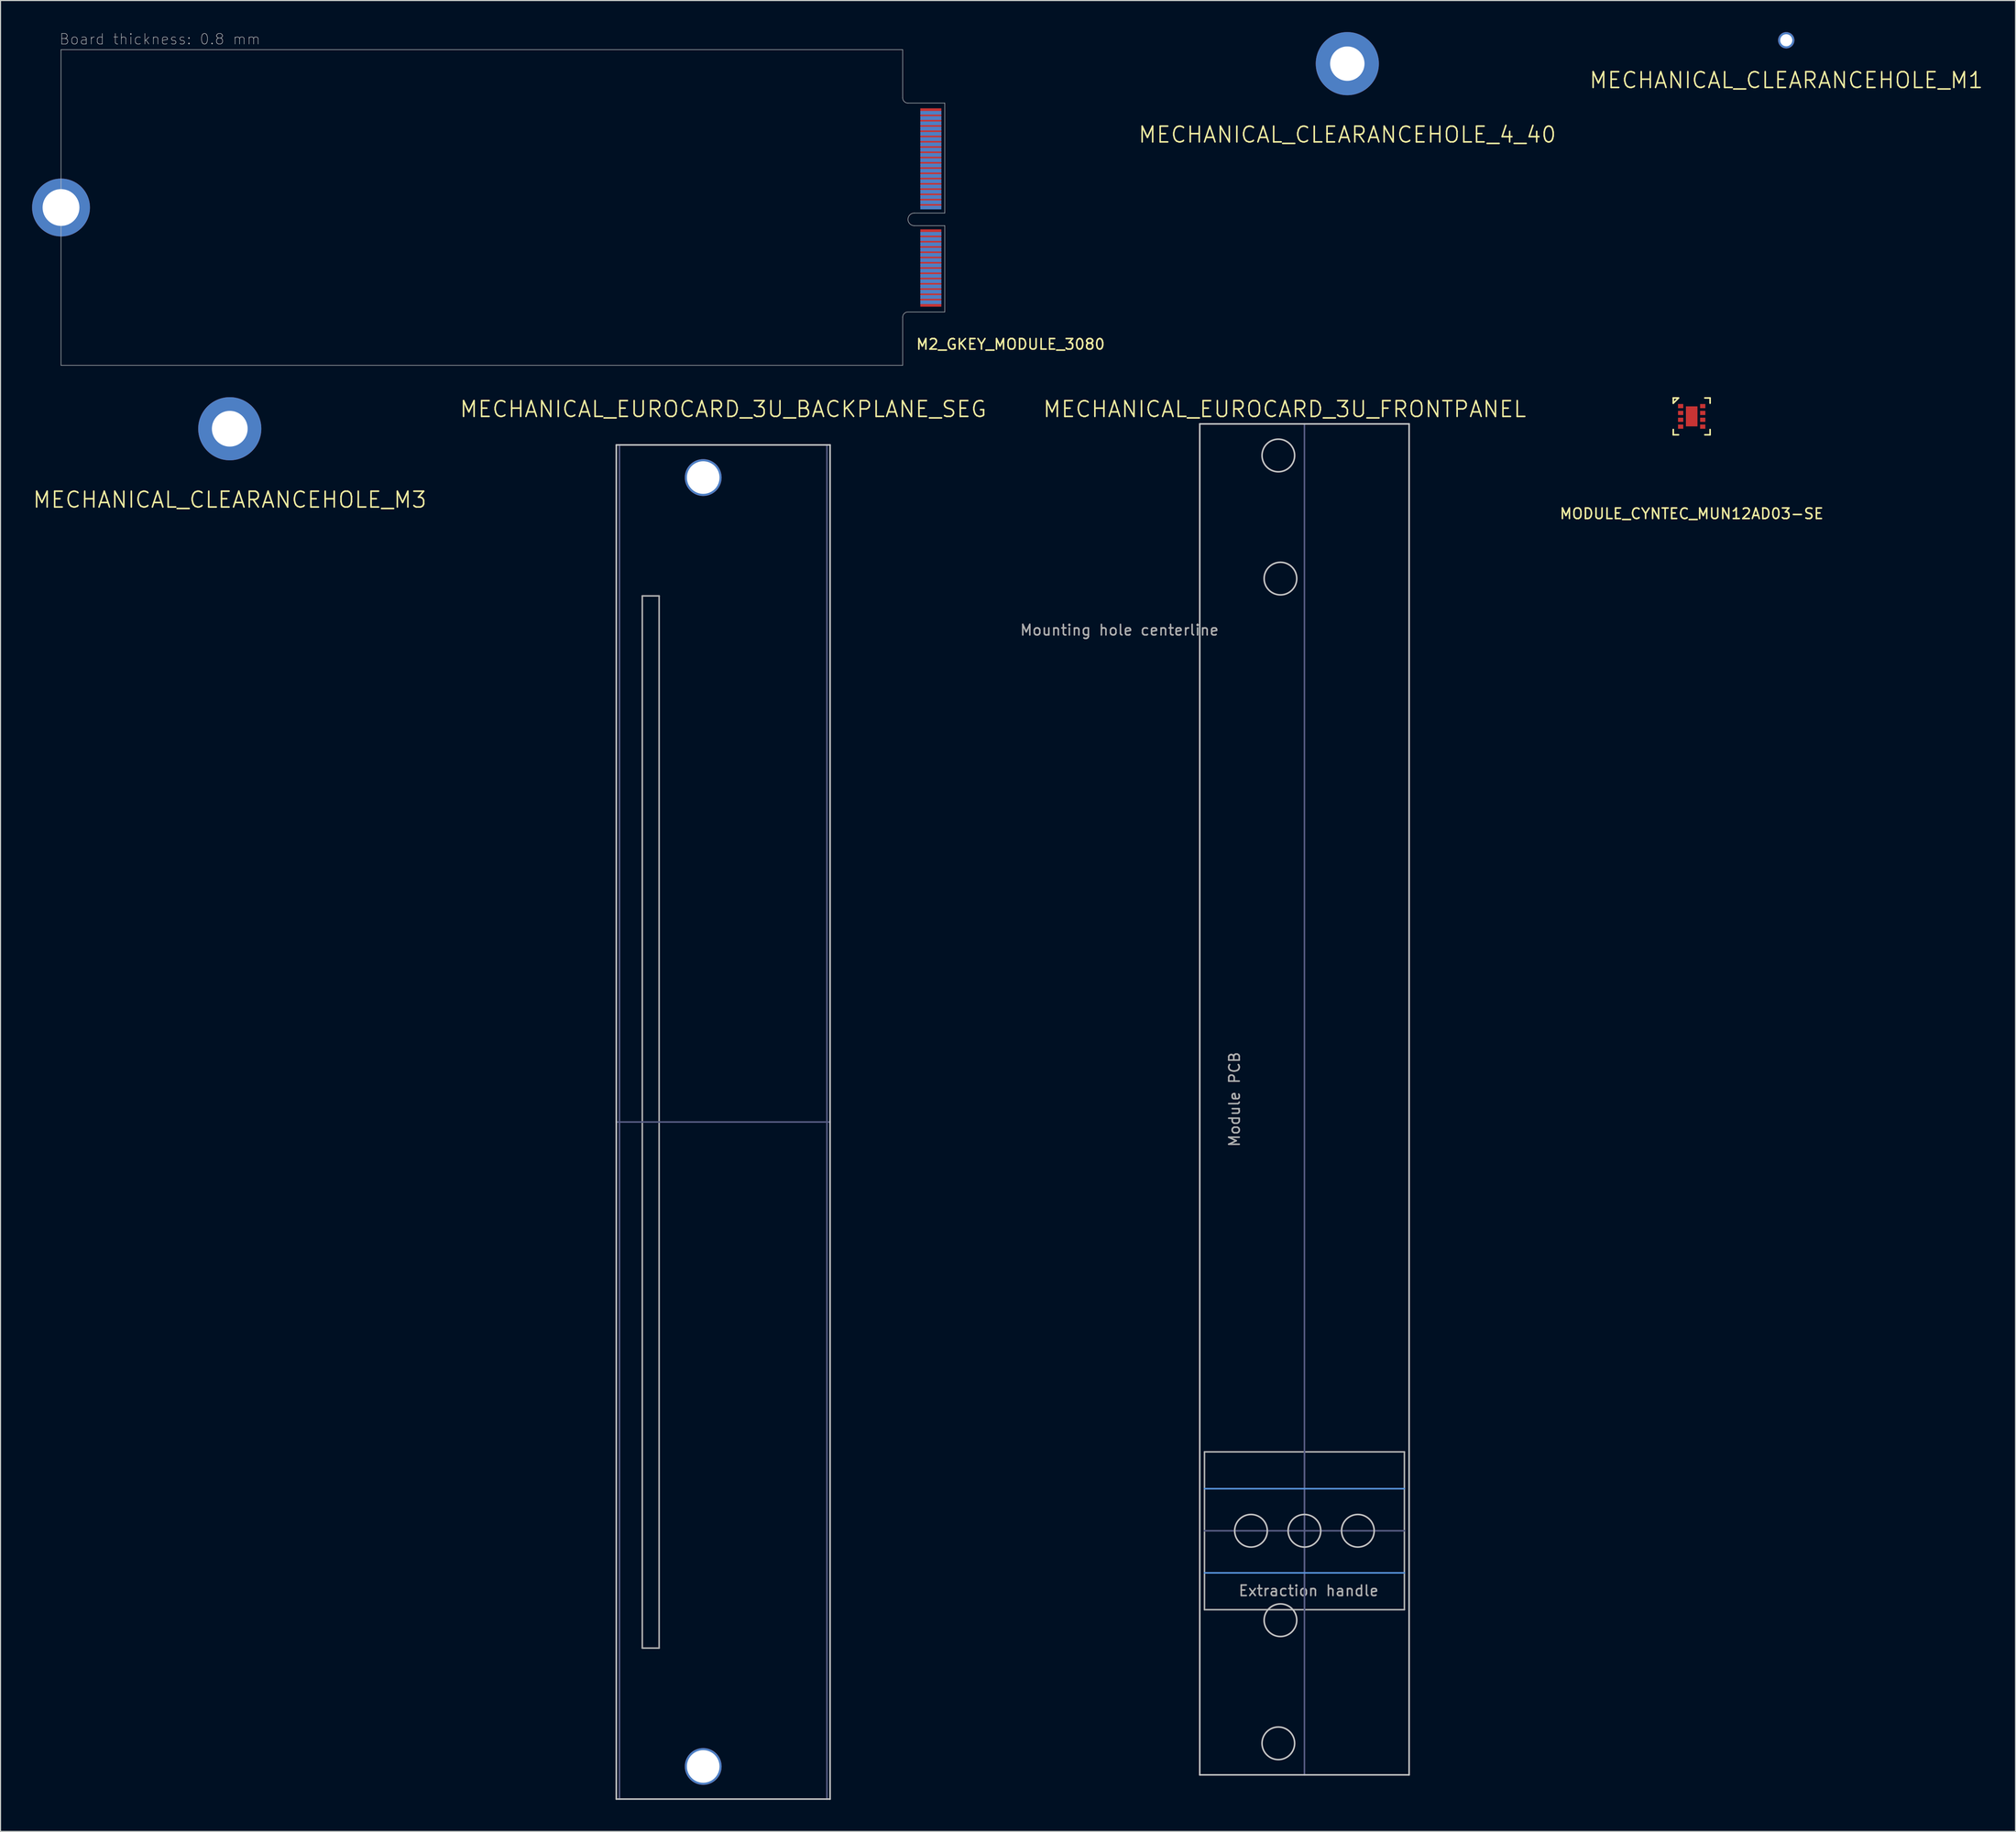
<source format=kicad_pcb>
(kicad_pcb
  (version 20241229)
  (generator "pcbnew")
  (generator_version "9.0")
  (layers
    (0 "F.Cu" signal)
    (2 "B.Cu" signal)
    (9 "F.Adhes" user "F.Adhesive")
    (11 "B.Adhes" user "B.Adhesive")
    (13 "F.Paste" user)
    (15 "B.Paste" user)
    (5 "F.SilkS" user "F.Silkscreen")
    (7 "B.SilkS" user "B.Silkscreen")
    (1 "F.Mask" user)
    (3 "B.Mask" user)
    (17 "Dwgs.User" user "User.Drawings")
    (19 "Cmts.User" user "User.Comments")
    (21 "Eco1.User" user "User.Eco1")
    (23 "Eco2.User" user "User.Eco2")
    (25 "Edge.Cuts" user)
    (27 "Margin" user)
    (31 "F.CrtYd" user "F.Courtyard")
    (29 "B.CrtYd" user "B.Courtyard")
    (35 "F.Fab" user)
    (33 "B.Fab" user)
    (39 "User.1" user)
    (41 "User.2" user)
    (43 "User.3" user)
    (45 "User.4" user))
  (footprint "MODULE_CYNTEC_MUN12AD03-SE"
    (layer "F.Cu")
    (at 157.742 36.523)
    (property "Reference" "MODULE_CYNTEC_MUN12AD03-SE" (at 0 9.25 0) (unlocked yes) (layer "F.SilkS") (effects (font (size 1 1) (thickness 0.15))))
    (attr smd)
    (fp_line (start -1.75 -1.75) (end -1.75 -1.25) (stroke (width 0.15) (type default)) (layer "F.SilkS"))
    (fp_line (start -1.75 -1.25) (end -1.25 -1.75) (stroke (width 0.15) (type default)) (layer "F.SilkS"))
    (fp_line (start -1.75 1.25) (end -1.75 1.75) (stroke (width 0.15) (type default)) (layer "F.SilkS"))
    (fp_line (start -1.75 1.75) (end -1.25 1.75) (stroke (width 0.15) (type default)) (layer "F.SilkS"))
    (fp_line (start -1.25 -1.75) (end -1.75 -1.75) (stroke (width 0.15) (type default)) (layer "F.SilkS"))
    (fp_line (start 1.25 1.75) (end 1.75 1.75) (stroke (width 0.15) (type default)) (layer "F.SilkS"))
    (fp_line (start 1.75 -1.75) (end 1.25 -1.75) (stroke (width 0.15) (type default)) (layer "F.SilkS"))
    (fp_line (start 1.75 -1.25) (end 1.75 -1.75) (stroke (width 0.15) (type default)) (layer "F.SilkS"))
    (fp_line (start 1.75 1.75) (end 1.75 1.25) (stroke (width 0.15) (type default)) (layer "F.SilkS"))
    (pad "1" smd rect (at -1.05 -0.975) (size 0.5 0.4) (layers "F.Cu" "F.Mask" "F.Paste"))
    (pad "2" smd rect (at -1.05 -0.325) (size 0.5 0.4) (layers "F.Cu" "F.Mask" "F.Paste"))
    (pad "3" smd rect (at -1.05 0.325) (size 0.5 0.4) (layers "F.Cu" "F.Mask" "F.Paste"))
    (pad "4" smd rect (at -1.05 0.975) (size 0.5 0.4) (layers "F.Cu" "F.Mask" "F.Paste"))
    (pad "5" smd rect (at 1.05 0.975) (size 0.5 0.4) (layers "F.Cu" "F.Mask" "F.Paste"))
    (pad "6" smd rect (at 1.05 0.325) (size 0.5 0.4) (layers "F.Cu" "F.Mask" "F.Paste"))
    (pad "7" smd rect (at 1.05 -0.325) (size 0.5 0.4) (layers "F.Cu" "F.Mask" "F.Paste"))
    (pad "8" smd rect (at 1.05 -0.975) (size 0.5 0.4) (layers "F.Cu" "F.Mask" "F.Paste"))
    (pad "PAD" smd rect (at 0 0) (size 1.1 1.9) (layers "F.Cu" "F.Mask" "F.Paste")))
  (footprint "M2_GKEY_MODULE_3080"
    (layer "F.Cu")
    (at 85.65 16.673)
    (property "Reference" "M2_GKEY_MODULE_3080" (at 7.35 13 0) (layer "F.SilkS") (effects (font (size 1 1) (thickness 0.15))))
    (attr through_hole)
    (fp_line (start -82.9 -15) (end -82.9 15) (stroke (width 0.05) (type solid)) (layer "Dwgs.User"))
    (fp_line (start -2.9 -15) (end -82.9 -15) (stroke (width 0.05) (type solid)) (layer "Dwgs.User"))
    (fp_line (start -2.9 -10.425) (end -2.9 -15) (stroke (width 0.05) (type solid)) (layer "Dwgs.User"))
    (fp_line (start -2.9 10.425) (end -2.9 15) (stroke (width 0.05) (type solid)) (layer "Dwgs.User"))
    (fp_line (start -2.9 15) (end -82.9 15) (stroke (width 0.05) (type solid)) (layer "Dwgs.User"))
    (fp_line (start -1.8 0.525) (end 1.1 0.525) (stroke (width 0.05) (type solid)) (layer "Dwgs.User"))
    (fp_line (start -1.8 1.725) (end 1.1 1.725) (stroke (width 0.05) (type solid)) (layer "Dwgs.User"))
    (fp_line (start 1.1 -9.925) (end -2.4 -9.925) (stroke (width 0.05) (type solid)) (layer "Dwgs.User"))
    (fp_line (start 1.1 0.525) (end 1.1 -9.925) (stroke (width 0.05) (type solid)) (layer "Dwgs.User"))
    (fp_line (start 1.1 1.725) (end 1.1 9.925) (stroke (width 0.05) (type solid)) (layer "Dwgs.User"))
    (fp_line (start 1.1 9.925) (end -2.4 9.925) (stroke (width 0.05) (type solid)) (layer "Dwgs.User"))
    (fp_arc (start -2.9 10.425) (mid -2.753553 10.071447) (end -2.4 9.925) (stroke (width 0.05) (type solid)) (layer "Dwgs.User"))
    (fp_arc (start -2.4 -9.925) (mid -2.753553 -10.071447) (end -2.9 -10.425) (stroke (width 0.05) (type solid)) (layer "Dwgs.User"))
    (fp_arc (start -1.8 1.725) (mid -2.4 1.125) (end -1.8 0.525) (stroke (width 0.05) (type solid)) (layer "Dwgs.User"))
    (fp_text user "Board thickness: 0.8 mm" (at -73.5 -16 0) (layer "Dwgs.User") (effects (font (size 1 1) (thickness 0.05))))
    (pad "1" smd rect (at -0.225 -9.25) (size 2 0.35) (layers "F.Cu" "F.Mask"))
    (pad "2" smd rect (at -0.225 -9 180) (size 2 0.35) (layers "B.Cu" "B.Mask"))
    (pad "3" smd rect (at -0.225 -8.75) (size 2 0.35) (layers "F.Cu" "F.Mask"))
    (pad "4" smd rect (at -0.225 -8.5 180) (size 2 0.35) (layers "B.Cu" "B.Mask"))
    (pad "5" smd rect (at -0.225 -8.25) (size 2 0.35) (layers "F.Cu" "F.Mask"))
    (pad "6" smd rect (at -0.225 -8 180) (size 2 0.35) (layers "B.Cu" "B.Mask"))
    (pad "7" smd rect (at -0.225 -7.75) (size 2 0.35) (layers "F.Cu" "F.Mask"))
    (pad "8" smd rect (at -0.225 -7.5 180) (size 2 0.35) (layers "B.Cu" "B.Mask"))
    (pad "9" smd rect (at -0.225 -7.25) (size 2 0.35) (layers "F.Cu" "F.Mask"))
    (pad "10" smd rect (at -0.225 -7 180) (size 2 0.35) (layers "B.Cu" "B.Mask"))
    (pad "11" smd rect (at -0.225 -6.75) (size 2 0.35) (layers "F.Cu" "F.Mask"))
    (pad "12" smd rect (at -0.225 -6.5 180) (size 2 0.35) (layers "B.Cu" "B.Mask"))
    (pad "13" smd rect (at -0.225 -6.25) (size 2 0.35) (layers "F.Cu" "F.Mask"))
    (pad "14" smd rect (at -0.225 -6 180) (size 2 0.35) (layers "B.Cu" "B.Mask"))
    (pad "15" smd rect (at -0.225 -5.75) (size 2 0.35) (layers "F.Cu" "F.Mask"))
    (pad "16" smd rect (at -0.225 -5.5 180) (size 2 0.35) (layers "B.Cu" "B.Mask"))
    (pad "17" smd rect (at -0.225 -5.25) (size 2 0.35) (layers "F.Cu" "F.Mask"))
    (pad "18" smd rect (at -0.225 -5 180) (size 2 0.35) (layers "B.Cu" "B.Mask"))
    (pad "19" smd rect (at -0.225 -4.75) (size 2 0.35) (layers "F.Cu" "F.Mask"))
    (pad "20" smd rect (at -0.225 -4.5 180) (size 2 0.35) (layers "B.Cu" "B.Mask"))
    (pad "21" smd rect (at -0.225 -4.25) (size 2 0.35) (layers "F.Cu" "F.Mask"))
    (pad "22" smd rect (at -0.225 -4 180) (size 2 0.35) (layers "B.Cu" "B.Mask"))
    (pad "23" smd rect (at -0.225 -3.75) (size 2 0.35) (layers "F.Cu" "F.Mask"))
    (pad "24" smd rect (at -0.225 -3.5 180) (size 2 0.35) (layers "B.Cu" "B.Mask"))
    (pad "25" smd rect (at -0.225 -3.25) (size 2 0.35) (layers "F.Cu" "F.Mask"))
    (pad "26" smd rect (at -0.225 -3 180) (size 2 0.35) (layers "B.Cu" "B.Mask"))
    (pad "27" smd rect (at -0.225 -2.75) (size 2 0.35) (layers "F.Cu" "F.Mask"))
    (pad "28" smd rect (at -0.225 -2.5 180) (size 2 0.35) (layers "B.Cu" "B.Mask"))
    (pad "29" smd rect (at -0.225 -2.25) (size 2 0.35) (layers "F.Cu" "F.Mask"))
    (pad "30" smd rect (at -0.225 -2 180) (size 2 0.35) (layers "B.Cu" "B.Mask"))
    (pad "31" smd rect (at -0.225 -1.75) (size 2 0.35) (layers "F.Cu" "F.Mask"))
    (pad "32" smd rect (at -0.225 -1.5 180) (size 2 0.35) (layers "B.Cu" "B.Mask"))
    (pad "33" smd rect (at -0.225 -1.25) (size 2 0.35) (layers "F.Cu" "F.Mask"))
    (pad "34" smd rect (at -0.225 -1 180) (size 2 0.35) (layers "B.Cu" "B.Mask"))
    (pad "35" smd rect (at -0.225 -0.75) (size 2 0.35) (layers "F.Cu" "F.Mask"))
    (pad "36" smd rect (at -0.225 -0.5 180) (size 2 0.35) (layers "B.Cu" "B.Mask"))
    (pad "37" smd rect (at -0.225 -0.25) (size 2 0.35) (layers "F.Cu" "F.Mask"))
    (pad "38" smd rect (at -0.225 0 180) (size 2 0.35) (layers "B.Cu" "B.Mask"))
    (pad "47" smd rect (at -0.225 2.25) (size 2 0.35) (layers "F.Cu" "F.Mask"))
    (pad "48" smd rect (at -0.225 2.5 180) (size 2 0.35) (layers "B.Cu" "B.Mask"))
    (pad "49" smd rect (at -0.225 2.75) (size 2 0.35) (layers "F.Cu" "F.Mask"))
    (pad "50" smd rect (at -0.225 3 180) (size 2 0.35) (layers "B.Cu" "B.Mask"))
    (pad "51" smd rect (at -0.225 3.25) (size 2 0.35) (layers "F.Cu" "F.Mask"))
    (pad "52" smd rect (at -0.225 3.5 180) (size 2 0.35) (layers "B.Cu" "B.Mask"))
    (pad "53" smd rect (at -0.225 3.75) (size 2 0.35) (layers "F.Cu" "F.Mask"))
    (pad "54" smd rect (at -0.225 4 180) (size 2 0.35) (layers "B.Cu" "B.Mask"))
    (pad "55" smd rect (at -0.225 4.25) (size 2 0.35) (layers "F.Cu" "F.Mask"))
    (pad "56" smd rect (at -0.225 4.5 180) (size 2 0.35) (layers "B.Cu" "B.Mask"))
    (pad "57" smd rect (at -0.225 4.75) (size 2 0.35) (layers "F.Cu" "F.Mask"))
    (pad "58" smd rect (at -0.225 5 180) (size 2 0.35) (layers "B.Cu" "B.Mask"))
    (pad "59" smd rect (at -0.225 5.25) (size 2 0.35) (layers "F.Cu" "F.Mask"))
    (pad "60" smd rect (at -0.225 5.5 180) (size 2 0.35) (layers "B.Cu" "B.Mask"))
    (pad "61" smd rect (at -0.225 5.75) (size 2 0.35) (layers "F.Cu" "F.Mask"))
    (pad "62" smd rect (at -0.225 6 180) (size 2 0.35) (layers "B.Cu" "B.Mask"))
    (pad "63" smd rect (at -0.225 6.25) (size 2 0.35) (layers "F.Cu" "F.Mask"))
    (pad "64" smd rect (at -0.225 6.5 180) (size 2 0.35) (layers "B.Cu" "B.Mask"))
    (pad "65" smd rect (at -0.225 6.75) (size 2 0.35) (layers "F.Cu" "F.Mask"))
    (pad "66" smd rect (at -0.225 7 180) (size 2 0.35) (layers "B.Cu" "B.Mask"))
    (pad "67" smd rect (at -0.225 7.25) (size 2 0.35) (layers "F.Cu" "F.Mask"))
    (pad "68" smd rect (at -0.225 7.5 180) (size 2 0.35) (layers "B.Cu" "B.Mask"))
    (pad "69" smd rect (at -0.225 7.75) (size 2 0.35) (layers "F.Cu" "F.Mask"))
    (pad "70" smd rect (at -0.225 8 180) (size 2 0.35) (layers "B.Cu" "B.Mask"))
    (pad "71" smd rect (at -0.225 8.25) (size 2 0.35) (layers "F.Cu" "F.Mask"))
    (pad "72" smd rect (at -0.225 8.5 180) (size 2 0.35) (layers "B.Cu" "B.Mask"))
    (pad "73" smd rect (at -0.225 8.75) (size 2 0.35) (layers "F.Cu" "F.Mask"))
    (pad "74" smd rect (at -0.225 9 180) (size 2 0.35) (layers "B.Cu" "B.Mask"))
    (pad "75" smd rect (at -0.225 9.25) (size 2 0.35) (layers "F.Cu" "F.Mask"))
    (pad "MNT" thru_hole circle (at -82.9 0) (size 5.5 5.5) (drill 3.5) (layers "*.Cu" "*.Mask")))
  (footprint "MECHANICAL_EUROCARD_3U_BACKPLANE_SEG"
    (layer "F.Cu")
    (at 65.689 103.588)
    (property "Reference" "MECHANICAL_EUROCARD_3U_BACKPLANE_SEG" (at 0 -67.75 0) (layer "F.SilkS") (effects (font (size 1.5 1.5) (thickness 0.15))))
    (attr through_hole)
    (fp_line (start -10.16 -64.35) (end -10.16 64.35) (stroke (width 0.15) (type solid)) (layer "Dwgs.User"))
    (fp_line (start -10.16 -64.35) (end 10.16 -64.35) (stroke (width 0.15) (type solid)) (layer "Dwgs.User"))
    (fp_line (start 10.16 -64.35) (end 10.16 64.35) (stroke (width 0.15) (type solid)) (layer "Dwgs.User"))
    (fp_line (start 10.16 64.35) (end -10.16 64.35) (stroke (width 0.15) (type solid)) (layer "Dwgs.User"))
    (fp_line (start -10.16 -61.25) (end 10.16 -61.25) (stroke (width 0.15) (type solid)) (layer "Eco1.User"))
    (fp_line (start -10.16 61.25) (end 10.16 61.25) (stroke (width 0.15) (type solid)) (layer "Eco1.User"))
    (fp_line (start -6.89 -50) (end -6.89 50) (stroke (width 0.15) (type solid)) (layer "Eco1.User"))
    (fp_line (start -10.16 0) (end 10.16 0) (stroke (width 0.15) (type solid)) (layer "B.Fab"))
    (fp_line (start -9.86 -64.35) (end -9.86 64.35) (stroke (width 0.15) (type solid)) (layer "B.Fab"))
    (fp_line (start 9.86 -64.35) (end 9.86 64.35) (stroke (width 0.15) (type solid)) (layer "B.Fab"))
    (fp_line (start -7.69 -50) (end -7.69 50) (stroke (width 0.15) (type solid)) (layer "F.Fab"))
    (fp_line (start -6.09 -50) (end -7.69 -50) (stroke (width 0.15) (type solid)) (layer "F.Fab"))
    (fp_line (start -6.09 -50) (end -6.09 50) (stroke (width 0.15) (type solid)) (layer "F.Fab"))
    (fp_line (start -6.09 50) (end -7.69 50) (stroke (width 0.15) (type solid)) (layer "F.Fab"))
    (pad "1" thru_hole circle (at -1.9 -61.25) (size 3.5 3.5) (drill 3.1) (layers "*.Cu" "*.Mask"))
    (pad "1" thru_hole circle (at -1.9 61.25) (size 3.5 3.5) (drill 3.1) (layers "*.Cu" "*.Mask")))
  (footprint "MECHANICAL_CLEARANCEHOLE_4_40"
    (layer "F.Cu")
    (at 125.01 3)
    (property "Reference" "MECHANICAL_CLEARANCEHOLE_4_40" (at 0 6.75 0) (layer "F.SilkS") (effects (font (size 1.5 1.5) (thickness 0.15))))
    (attr board_only exclude_from_pos_files exclude_from_bom)
    (pad "1" thru_hole circle (at 0 0) (size 6 6) (drill 3.27) (layers "*.Cu" "*.Mask")))
  (footprint "MECHANICAL_EUROCARD_3U_FRONTPANEL"
    (layer "F.Cu")
    (at 114.254 101.439)
    (property "Reference" "MECHANICAL_EUROCARD_3U_FRONTPANEL" (at 4.8 -65.6 0) (layer "F.SilkS") (effects (font (size 1.5 1.5) (thickness 0.15))))
    (attr through_hole)
    (fp_line (start -3.27 -64.2) (end -3.27 64.2) (stroke (width 0.15) (type solid)) (layer "Dwgs.User"))
    (fp_line (start 16.63 -64.2) (end -3.27 -64.2) (stroke (width 0.15) (type solid)) (layer "Dwgs.User"))
    (fp_line (start 16.63 -64.2) (end 16.63 64.2) (stroke (width 0.15) (type solid)) (layer "Dwgs.User"))
    (fp_line (start 16.63 64.2) (end -3.27 64.2) (stroke (width 0.15) (type solid)) (layer "Dwgs.User"))
    (fp_circle (center 1.6 41) (end 3.15 41) (stroke (width 0.15) (type solid)) (fill no) (layer "Dwgs.User"))
    (fp_circle (center 4.2 -61.2) (end 5.75 -61.2) (stroke (width 0.15) (type solid)) (fill no) (layer "Dwgs.User"))
    (fp_circle (center 4.2 61.2) (end 5.75 61.2) (stroke (width 0.15) (type solid)) (fill no) (layer "Dwgs.User"))
    (fp_circle (center 4.4 -49.5) (end 5.95 -49.5) (stroke (width 0.15) (type solid)) (fill no) (layer "Dwgs.User"))
    (fp_circle (center 4.4 49.5) (end 5.95 49.5) (stroke (width 0.15) (type solid)) (fill no) (layer "Dwgs.User"))
    (fp_circle (center 6.68 41) (end 8.23 41) (stroke (width 0.15) (type solid)) (fill no) (layer "Dwgs.User"))
    (fp_circle (center 11.76 41) (end 13.31 41) (stroke (width 0.15) (type solid)) (fill no) (layer "Dwgs.User"))
    (fp_line (start -2.82 37) (end 16.18 37) (stroke (width 0.15) (type solid)) (layer "Cmts.User"))
    (fp_line (start -2.82 45) (end 16.18 45) (stroke (width 0.15) (type solid)) (layer "Cmts.User"))
    (fp_line (start -0.8 -50) (end -0.8 50) (stroke (width 0.15) (type solid)) (layer "Eco1.User"))
    (fp_line (start -0.8 -50) (end 0.8 -50) (stroke (width 0.15) (type solid)) (layer "Eco1.User"))
    (fp_line (start -0.8 -44.45) (end 0.8 -44.45) (stroke (width 0.15) (type solid)) (layer "Eco1.User"))
    (fp_line (start -0.8 44.45) (end 0.8 44.45) (stroke (width 0.15) (type solid)) (layer "Eco1.User"))
    (fp_line (start -0.8 50) (end 0.8 50) (stroke (width 0.15) (type solid)) (layer "Eco1.User"))
    (fp_line (start 0.8 -50) (end 0.8 50) (stroke (width 0.15) (type solid)) (layer "Eco1.User"))
    (fp_line (start -2.82 41) (end 16.18 41) (stroke (width 0.15) (type solid)) (layer "B.Fab"))
    (fp_line (start 6.68 -64.2) (end 6.68 64.2) (stroke (width 0.15) (type solid)) (layer "B.Fab"))
    (fp_line (start 6.68 33.5) (end 6.68 48.5) (stroke (width 0.15) (type solid)) (layer "B.Fab"))
    (fp_line (start -2.82 33.5) (end -2.82 48.5) (stroke (width 0.15) (type solid)) (layer "F.Fab"))
    (fp_line (start -2.82 33.5) (end 16.18 33.5) (stroke (width 0.15) (type solid)) (layer "F.Fab"))
    (fp_line (start -2.82 48.5) (end 16.18 48.5) (stroke (width 0.15) (type solid)) (layer "F.Fab"))
    (fp_line (start 16.18 33.5) (end 16.18 48.5) (stroke (width 0.15) (type solid)) (layer "F.Fab"))
    (fp_text user "Module PCB" (at 0.03 0 90) (layer "F.Fab") (effects (font (size 1 1) (thickness 0.15))))
    (fp_text user "Mounting hole centerline" (at -10.9 -44.6 0) (layer "F.Fab") (effects (font (size 1 1) (thickness 0.15))))
    (fp_text user "Extraction handle" (at 7.08 46.7 0) (layer "F.Fab") (effects (font (size 1 1) (thickness 0.15)))))
  (footprint "MECHANICAL_CLEARANCEHOLE_M1"
    (layer "F.Cu")
    (at 166.731 0.775)
    (property "Reference" "MECHANICAL_CLEARANCEHOLE_M1" (at 0 3.8 0) (layer "F.SilkS") (effects (font (size 1.5 1.5) (thickness 0.15))))
    (attr through_hole)
    (pad "1" thru_hole circle (at 0 0) (size 1.55 1.55) (drill 1.15) (layers "*.Cu" "*.Mask")))
  (footprint "MECHANICAL_CLEARANCEHOLE_M3"
    (layer "F.Cu")
    (at 18.789 37.698)
    (property "Reference" "MECHANICAL_CLEARANCEHOLE_M3" (at 0 6.75 0) (layer "F.SilkS") (effects (font (size 1.5 1.5) (thickness 0.15))))
    (attr board_only exclude_from_pos_files exclude_from_bom)
    (pad "1" thru_hole circle (at 0 0) (size 6 6) (drill 3.4) (layers "*.Cu" "*.Mask")))
  (gr_rect
    (start -3 -3)
    (end 188.52 171.013)
    (stroke (width 0.1) (type default))
    (fill no)
    (layer "Edge.Cuts")))
</source>
